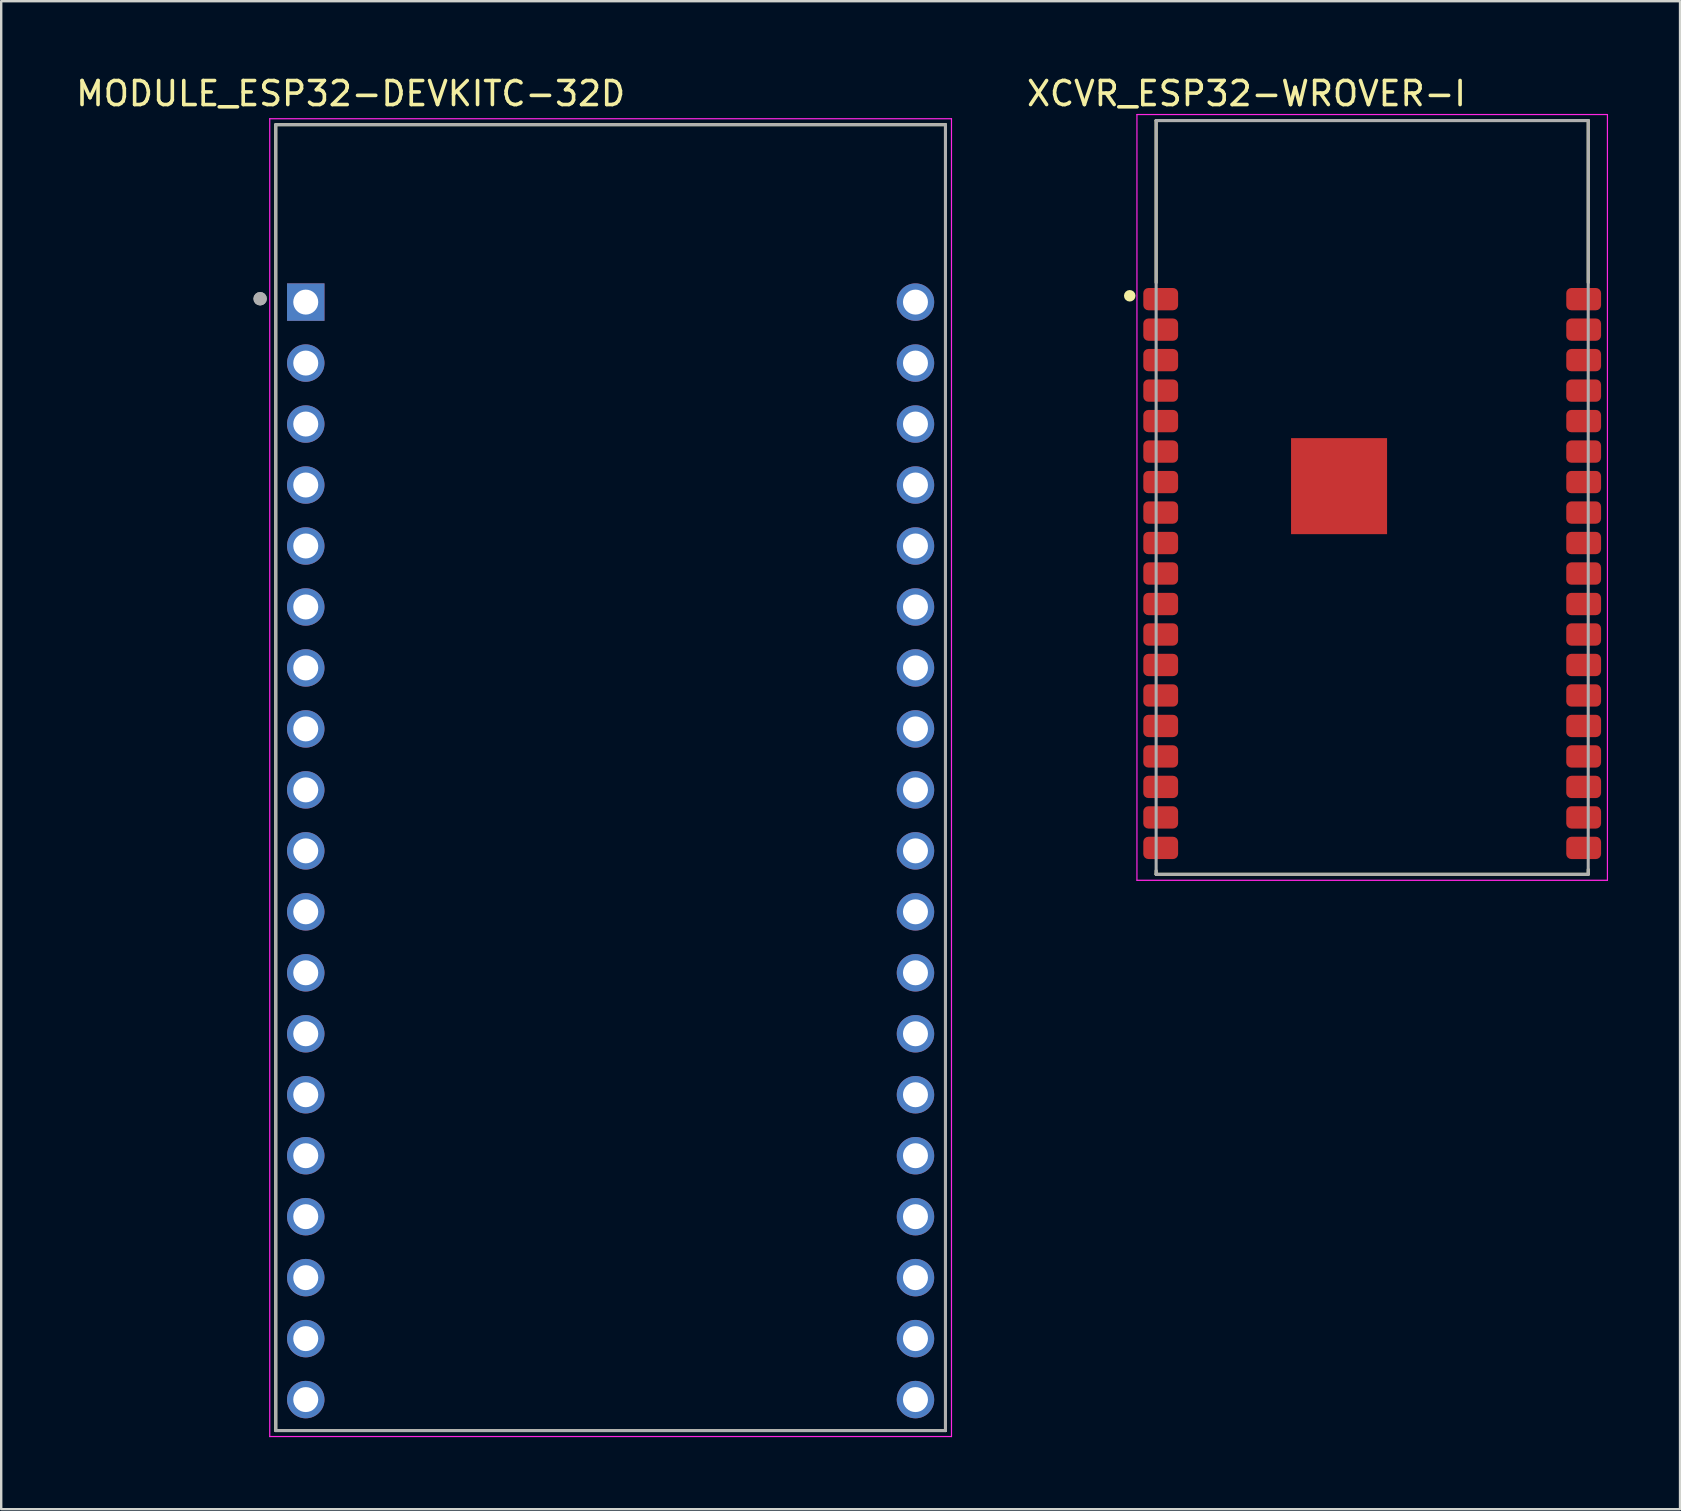
<source format=kicad_pcb>
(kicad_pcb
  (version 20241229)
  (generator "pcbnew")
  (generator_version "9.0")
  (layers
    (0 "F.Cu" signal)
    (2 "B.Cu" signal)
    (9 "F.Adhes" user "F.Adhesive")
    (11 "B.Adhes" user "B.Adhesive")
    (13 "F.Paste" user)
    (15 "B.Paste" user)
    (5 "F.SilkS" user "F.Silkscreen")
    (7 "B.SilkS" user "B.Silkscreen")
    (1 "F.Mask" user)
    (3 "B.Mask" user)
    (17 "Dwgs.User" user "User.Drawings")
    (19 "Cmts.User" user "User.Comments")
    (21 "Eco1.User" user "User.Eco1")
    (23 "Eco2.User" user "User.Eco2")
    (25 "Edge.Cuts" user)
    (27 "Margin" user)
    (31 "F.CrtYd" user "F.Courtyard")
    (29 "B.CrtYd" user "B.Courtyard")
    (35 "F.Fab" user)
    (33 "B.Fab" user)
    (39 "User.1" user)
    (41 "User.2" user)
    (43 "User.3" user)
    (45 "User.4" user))
  (footprint "XCVR_ESP32-WROVER-I"
    (layer "F.Cu")
    (at 54.113 17.672)
    (property "Reference" "XCVR_ESP32-WROVER-I" (at -5.237 -16.823 0) (layer "F.SilkS") (effects (font (size 1.002 1.002) (thickness 0.15))))
    (attr smd)
    (fp_line (start -9 -15.7) (end 9 -15.7) (stroke (width 0.127) (type solid)) (layer "F.SilkS"))
    (fp_line (start -9 -8.95) (end -9 -15.7) (stroke (width 0.127) (type solid)) (layer "F.SilkS"))
    (fp_line (start -9 15.55) (end -9 15.7) (stroke (width 0.127) (type solid)) (layer "F.SilkS"))
    (fp_line (start -9 15.7) (end 9 15.7) (stroke (width 0.127) (type solid)) (layer "F.SilkS"))
    (fp_line (start 9 -15.7) (end 9 -8.95) (stroke (width 0.127) (type solid)) (layer "F.SilkS"))
    (fp_line (start 9 15.7) (end 9 15.5) (stroke (width 0.127) (type solid)) (layer "F.SilkS"))
    (fp_circle (center -10.1 -8.4) (end -9.98 -8.4) (stroke (width 0.24) (type solid)) (fill no) (layer "F.SilkS"))
    (fp_poly (pts (xy -2.648 -1.735) (xy -0.115 -1.735) (xy -0.115 0.796) (xy -2.648 0.796)) (stroke (width 0.01) (type solid)) (fill yes) (layer "F.Paste"))
    (fp_line (start -9.8 -15.95) (end 9.8 -15.95) (stroke (width 0.05) (type solid)) (layer "F.CrtYd"))
    (fp_line (start -9.8 15.95) (end -9.8 -15.95) (stroke (width 0.05) (type solid)) (layer "F.CrtYd"))
    (fp_line (start 9.8 -15.95) (end 9.8 15.95) (stroke (width 0.05) (type solid)) (layer "F.CrtYd"))
    (fp_line (start 9.8 15.95) (end -9.8 15.95) (stroke (width 0.05) (type solid)) (layer "F.CrtYd"))
    (fp_line (start -9 -15.7) (end 9 -15.7) (stroke (width 0.127) (type solid)) (layer "F.Fab"))
    (fp_line (start -9 15.7) (end -9 -15.7) (stroke (width 0.127) (type solid)) (layer "F.Fab"))
    (fp_line (start 9 -15.7) (end 9 15.7) (stroke (width 0.127) (type solid)) (layer "F.Fab"))
    (fp_line (start 9 15.7) (end -9 15.7) (stroke (width 0.127) (type solid)) (layer "F.Fab"))
    (pad "1" smd roundrect (at -8.81 -8.26) (size 1.45 0.93) (layers "F.Cu" "F.Mask" "F.Paste") (roundrect_rratio 0.23))
    (pad "2" smd roundrect (at -8.81 -6.99) (size 1.45 0.93) (layers "F.Cu" "F.Mask" "F.Paste") (roundrect_rratio 0.23))
    (pad "3" smd roundrect (at -8.81 -5.72) (size 1.45 0.93) (layers "F.Cu" "F.Mask" "F.Paste") (roundrect_rratio 0.23))
    (pad "4" smd roundrect (at -8.81 -4.45) (size 1.45 0.93) (layers "F.Cu" "F.Mask" "F.Paste") (roundrect_rratio 0.23))
    (pad "5" smd roundrect (at -8.81 -3.18) (size 1.45 0.93) (layers "F.Cu" "F.Mask" "F.Paste") (roundrect_rratio 0.23))
    (pad "6" smd roundrect (at -8.81 -1.91) (size 1.45 0.93) (layers "F.Cu" "F.Mask" "F.Paste") (roundrect_rratio 0.23))
    (pad "7" smd roundrect (at -8.81 -0.64) (size 1.45 0.93) (layers "F.Cu" "F.Mask" "F.Paste") (roundrect_rratio 0.23))
    (pad "8" smd roundrect (at -8.81 0.63) (size 1.45 0.93) (layers "F.Cu" "F.Mask" "F.Paste") (roundrect_rratio 0.23))
    (pad "9" smd roundrect (at -8.81 1.9) (size 1.45 0.93) (layers "F.Cu" "F.Mask" "F.Paste") (roundrect_rratio 0.23))
    (pad "10" smd roundrect (at -8.81 3.17) (size 1.45 0.93) (layers "F.Cu" "F.Mask" "F.Paste") (roundrect_rratio 0.23))
    (pad "11" smd roundrect (at -8.81 4.44) (size 1.45 0.93) (layers "F.Cu" "F.Mask" "F.Paste") (roundrect_rratio 0.23))
    (pad "12" smd roundrect (at -8.81 5.71) (size 1.45 0.93) (layers "F.Cu" "F.Mask" "F.Paste") (roundrect_rratio 0.23))
    (pad "13" smd roundrect (at -8.81 6.98) (size 1.45 0.93) (layers "F.Cu" "F.Mask" "F.Paste") (roundrect_rratio 0.23))
    (pad "14" smd roundrect (at -8.81 8.25) (size 1.45 0.93) (layers "F.Cu" "F.Mask" "F.Paste") (roundrect_rratio 0.23))
    (pad "15" smd roundrect (at -8.81 9.52) (size 1.45 0.93) (layers "F.Cu" "F.Mask" "F.Paste") (roundrect_rratio 0.23))
    (pad "16" smd roundrect (at -8.81 10.79) (size 1.45 0.93) (layers "F.Cu" "F.Mask" "F.Paste") (roundrect_rratio 0.23))
    (pad "17" smd roundrect (at -8.81 12.06) (size 1.45 0.93) (layers "F.Cu" "F.Mask" "F.Paste") (roundrect_rratio 0.23))
    (pad "18" smd roundrect (at -8.81 13.33) (size 1.45 0.93) (layers "F.Cu" "F.Mask" "F.Paste") (roundrect_rratio 0.23))
    (pad "19" smd roundrect (at -8.81 14.6) (size 1.45 0.93) (layers "F.Cu" "F.Mask" "F.Paste") (roundrect_rratio 0.23))
    (pad "20" smd roundrect (at 8.81 14.6 180) (size 1.45 0.93) (layers "F.Cu" "F.Mask" "F.Paste") (roundrect_rratio 0.23))
    (pad "21" smd roundrect (at 8.81 13.33 180) (size 1.45 0.93) (layers "F.Cu" "F.Mask" "F.Paste") (roundrect_rratio 0.23))
    (pad "22" smd roundrect (at 8.81 12.06 180) (size 1.45 0.93) (layers "F.Cu" "F.Mask" "F.Paste") (roundrect_rratio 0.23))
    (pad "23" smd roundrect (at 8.81 10.79 180) (size 1.45 0.93) (layers "F.Cu" "F.Mask" "F.Paste") (roundrect_rratio 0.23))
    (pad "24" smd roundrect (at 8.81 9.52 180) (size 1.45 0.93) (layers "F.Cu" "F.Mask" "F.Paste") (roundrect_rratio 0.23))
    (pad "25" smd roundrect (at 8.81 8.25 180) (size 1.45 0.93) (layers "F.Cu" "F.Mask" "F.Paste") (roundrect_rratio 0.23))
    (pad "26" smd roundrect (at 8.81 6.98 180) (size 1.45 0.93) (layers "F.Cu" "F.Mask" "F.Paste") (roundrect_rratio 0.23))
    (pad "27" smd roundrect (at 8.81 5.71 180) (size 1.45 0.93) (layers "F.Cu" "F.Mask" "F.Paste") (roundrect_rratio 0.23))
    (pad "28" smd roundrect (at 8.81 4.44 180) (size 1.45 0.93) (layers "F.Cu" "F.Mask" "F.Paste") (roundrect_rratio 0.23))
    (pad "29" smd roundrect (at 8.81 3.17 180) (size 1.45 0.93) (layers "F.Cu" "F.Mask" "F.Paste") (roundrect_rratio 0.23))
    (pad "30" smd roundrect (at 8.81 1.9 180) (size 1.45 0.93) (layers "F.Cu" "F.Mask" "F.Paste") (roundrect_rratio 0.23))
    (pad "31" smd roundrect (at 8.81 0.63 180) (size 1.45 0.93) (layers "F.Cu" "F.Mask" "F.Paste") (roundrect_rratio 0.23))
    (pad "32" smd roundrect (at 8.81 -0.64 180) (size 1.45 0.93) (layers "F.Cu" "F.Mask" "F.Paste") (roundrect_rratio 0.23))
    (pad "33" smd roundrect (at 8.81 -1.91 180) (size 1.45 0.93) (layers "F.Cu" "F.Mask" "F.Paste") (roundrect_rratio 0.23))
    (pad "34" smd roundrect (at 8.81 -3.18 180) (size 1.45 0.93) (layers "F.Cu" "F.Mask" "F.Paste") (roundrect_rratio 0.23))
    (pad "35" smd roundrect (at 8.81 -4.45 180) (size 1.45 0.93) (layers "F.Cu" "F.Mask" "F.Paste") (roundrect_rratio 0.23))
    (pad "36" smd roundrect (at 8.81 -5.72 180) (size 1.45 0.93) (layers "F.Cu" "F.Mask" "F.Paste") (roundrect_rratio 0.23))
    (pad "37" smd roundrect (at 8.81 -6.99 180) (size 1.45 0.93) (layers "F.Cu" "F.Mask" "F.Paste") (roundrect_rratio 0.23))
    (pad "38" smd roundrect (at 8.81 -8.26 180) (size 1.45 0.93) (layers "F.Cu" "F.Mask" "F.Paste") (roundrect_rratio 0.23))
    (pad "39" smd rect (at -1.38 -0.47) (size 4 4) (layers "F.Cu" "F.Mask"))
    (zone (net_name "") (layer "F.Cu") (hatch full 0.508) (connect_pads) (min_thickness 0.01) (filled_areas_thickness no) (keepout (tracks not_allowed) (vias not_allowed) (pads not_allowed) (copperpour not_allowed) (footprints allowed)) (placement (enabled no)) (fill) (polygon (pts (xy 45.083 1.972) (xy 63.113 1.972) (xy 63.113 8.341) (xy 45.083 8.341))))
    (zone (net_name "") (layers "F.Cu" "B.Cu") (hatch full 0.508) (connect_pads) (min_thickness 0.01) (filled_areas_thickness no) (keepout (tracks allowed) (vias not_allowed) (pads allowed) (copperpour allowed) (footprints allowed)) (placement (enabled no)) (fill) (polygon (pts (xy 45.09 1.972) (xy 63.113 1.972) (xy 63.113 8.348) (xy 45.09 8.348))))
    (zone (net_name "") (layer "B.Cu") (hatch full 0.508) (connect_pads) (min_thickness 0.01) (filled_areas_thickness no) (keepout (tracks not_allowed) (vias not_allowed) (pads not_allowed) (copperpour not_allowed) (footprints allowed)) (placement (enabled no)) (fill) (polygon (pts (xy 45.084 1.972) (xy 63.113 1.972) (xy 63.113 8.342) (xy 45.084 8.342)))))
  (footprint "MODULE_ESP32-DEVKITC-32D"
    (layer "F.Cu")
    (at 22.387 29.295)
    (property "Reference" "MODULE_ESP32-DEVKITC-32D" (at -10.829 -28.446 0) (layer "F.SilkS") (effects (font (size 1 1) (thickness 0.15))))
    (attr through_hole)
    (fp_line (start -13.95 -27.15) (end 13.95 -27.15) (stroke (width 0.127) (type solid)) (layer "F.SilkS"))
    (fp_line (start -13.95 27.25) (end -13.95 -27.15) (stroke (width 0.127) (type solid)) (layer "F.SilkS"))
    (fp_line (start 13.95 -27.15) (end 13.95 27.25) (stroke (width 0.127) (type solid)) (layer "F.SilkS"))
    (fp_line (start 13.95 27.25) (end -13.95 27.25) (stroke (width 0.127) (type solid)) (layer "F.SilkS"))
    (fp_line (start -14.2 -27.4) (end 14.2 -27.4) (stroke (width 0.05) (type solid)) (layer "F.CrtYd"))
    (fp_line (start -14.2 27.5) (end -14.2 -27.4) (stroke (width 0.05) (type solid)) (layer "F.CrtYd"))
    (fp_line (start 14.2 -27.4) (end 14.2 27.5) (stroke (width 0.05) (type solid)) (layer "F.CrtYd"))
    (fp_line (start 14.2 27.5) (end -14.2 27.5) (stroke (width 0.05) (type solid)) (layer "F.CrtYd"))
    (fp_line (start -13.95 -27.15) (end 13.95 -27.15) (stroke (width 0.127) (type solid)) (layer "F.Fab"))
    (fp_line (start -13.95 27.25) (end -13.95 -27.15) (stroke (width 0.127) (type solid)) (layer "F.Fab"))
    (fp_line (start 13.95 -27.15) (end 13.95 27.25) (stroke (width 0.127) (type solid)) (layer "F.Fab"))
    (fp_line (start 13.95 27.25) (end -13.95 27.25) (stroke (width 0.127) (type solid)) (layer "F.Fab"))
    (fp_circle (center -14.6 -19.9) (end -14.46 -19.9) (stroke (width 0.28) (type solid)) (fill no) (layer "F.Fab"))
    (fp_circle (center -14.6 -19.9) (end -14.46 -19.9) (stroke (width 0.28) (type solid)) (fill no) (layer "F.Fab"))
    (pad "1" thru_hole rect (at -12.7 -19.76) (size 1.56 1.56) (drill 1.04) (layers "*.Cu" "*.Mask"))
    (pad "2" thru_hole circle (at -12.7 -17.22) (size 1.56 1.56) (drill 1.04) (layers "*.Cu" "*.Mask"))
    (pad "3" thru_hole circle (at -12.7 -14.68) (size 1.56 1.56) (drill 1.04) (layers "*.Cu" "*.Mask"))
    (pad "4" thru_hole circle (at -12.7 -12.14) (size 1.56 1.56) (drill 1.04) (layers "*.Cu" "*.Mask"))
    (pad "5" thru_hole circle (at -12.7 -9.6) (size 1.56 1.56) (drill 1.04) (layers "*.Cu" "*.Mask"))
    (pad "6" thru_hole circle (at -12.7 -7.06) (size 1.56 1.56) (drill 1.04) (layers "*.Cu" "*.Mask"))
    (pad "7" thru_hole circle (at -12.7 -4.52) (size 1.56 1.56) (drill 1.04) (layers "*.Cu" "*.Mask"))
    (pad "8" thru_hole circle (at -12.7 -1.98) (size 1.56 1.56) (drill 1.04) (layers "*.Cu" "*.Mask"))
    (pad "9" thru_hole circle (at -12.7 0.56) (size 1.56 1.56) (drill 1.04) (layers "*.Cu" "*.Mask"))
    (pad "10" thru_hole circle (at -12.7 3.1) (size 1.56 1.56) (drill 1.04) (layers "*.Cu" "*.Mask"))
    (pad "11" thru_hole circle (at -12.7 5.64) (size 1.56 1.56) (drill 1.04) (layers "*.Cu" "*.Mask"))
    (pad "12" thru_hole circle (at -12.7 8.18) (size 1.56 1.56) (drill 1.04) (layers "*.Cu" "*.Mask"))
    (pad "13" thru_hole circle (at -12.7 10.72) (size 1.56 1.56) (drill 1.04) (layers "*.Cu" "*.Mask"))
    (pad "14" thru_hole circle (at -12.7 13.26) (size 1.56 1.56) (drill 1.04) (layers "*.Cu" "*.Mask"))
    (pad "15" thru_hole circle (at -12.7 15.8) (size 1.56 1.56) (drill 1.04) (layers "*.Cu" "*.Mask"))
    (pad "16" thru_hole circle (at -12.7 18.34) (size 1.56 1.56) (drill 1.04) (layers "*.Cu" "*.Mask"))
    (pad "17" thru_hole circle (at -12.7 20.88) (size 1.56 1.56) (drill 1.04) (layers "*.Cu" "*.Mask"))
    (pad "18" thru_hole circle (at -12.7 23.42) (size 1.56 1.56) (drill 1.04) (layers "*.Cu" "*.Mask"))
    (pad "19" thru_hole circle (at -12.7 25.96) (size 1.56 1.56) (drill 1.04) (layers "*.Cu" "*.Mask"))
    (pad "20" thru_hole circle (at 12.7 -19.76) (size 1.56 1.56) (drill 1.04) (layers "*.Cu" "*.Mask"))
    (pad "21" thru_hole circle (at 12.7 -17.22) (size 1.56 1.56) (drill 1.04) (layers "*.Cu" "*.Mask"))
    (pad "22" thru_hole circle (at 12.7 -14.68) (size 1.56 1.56) (drill 1.04) (layers "*.Cu" "*.Mask"))
    (pad "23" thru_hole circle (at 12.7 -12.14) (size 1.56 1.56) (drill 1.04) (layers "*.Cu" "*.Mask"))
    (pad "24" thru_hole circle (at 12.7 -9.6) (size 1.56 1.56) (drill 1.04) (layers "*.Cu" "*.Mask"))
    (pad "25" thru_hole circle (at 12.7 -7.06) (size 1.56 1.56) (drill 1.04) (layers "*.Cu" "*.Mask"))
    (pad "26" thru_hole circle (at 12.7 -4.52) (size 1.56 1.56) (drill 1.04) (layers "*.Cu" "*.Mask"))
    (pad "27" thru_hole circle (at 12.7 -1.98) (size 1.56 1.56) (drill 1.04) (layers "*.Cu" "*.Mask"))
    (pad "28" thru_hole circle (at 12.7 0.56) (size 1.56 1.56) (drill 1.04) (layers "*.Cu" "*.Mask"))
    (pad "29" thru_hole circle (at 12.7 3.1) (size 1.56 1.56) (drill 1.04) (layers "*.Cu" "*.Mask"))
    (pad "30" thru_hole circle (at 12.7 5.64) (size 1.56 1.56) (drill 1.04) (layers "*.Cu" "*.Mask"))
    (pad "31" thru_hole circle (at 12.7 8.18) (size 1.56 1.56) (drill 1.04) (layers "*.Cu" "*.Mask"))
    (pad "32" thru_hole circle (at 12.7 10.72) (size 1.56 1.56) (drill 1.04) (layers "*.Cu" "*.Mask"))
    (pad "33" thru_hole circle (at 12.7 13.26) (size 1.56 1.56) (drill 1.04) (layers "*.Cu" "*.Mask"))
    (pad "34" thru_hole circle (at 12.7 15.8) (size 1.56 1.56) (drill 1.04) (layers "*.Cu" "*.Mask"))
    (pad "35" thru_hole circle (at 12.7 18.34) (size 1.56 1.56) (drill 1.04) (layers "*.Cu" "*.Mask"))
    (pad "36" thru_hole circle (at 12.7 20.88) (size 1.56 1.56) (drill 1.04) (layers "*.Cu" "*.Mask"))
    (pad "37" thru_hole circle (at 12.7 23.42) (size 1.56 1.56) (drill 1.04) (layers "*.Cu" "*.Mask"))
    (pad "38" thru_hole circle (at 12.7 25.96) (size 1.56 1.56) (drill 1.04) (layers "*.Cu" "*.Mask")))
  (gr_rect
    (start -3 -3)
    (end 66.938 59.82)
    (stroke (width 0.1) (type default))
    (fill no)
    (layer "Edge.Cuts")))
</source>
